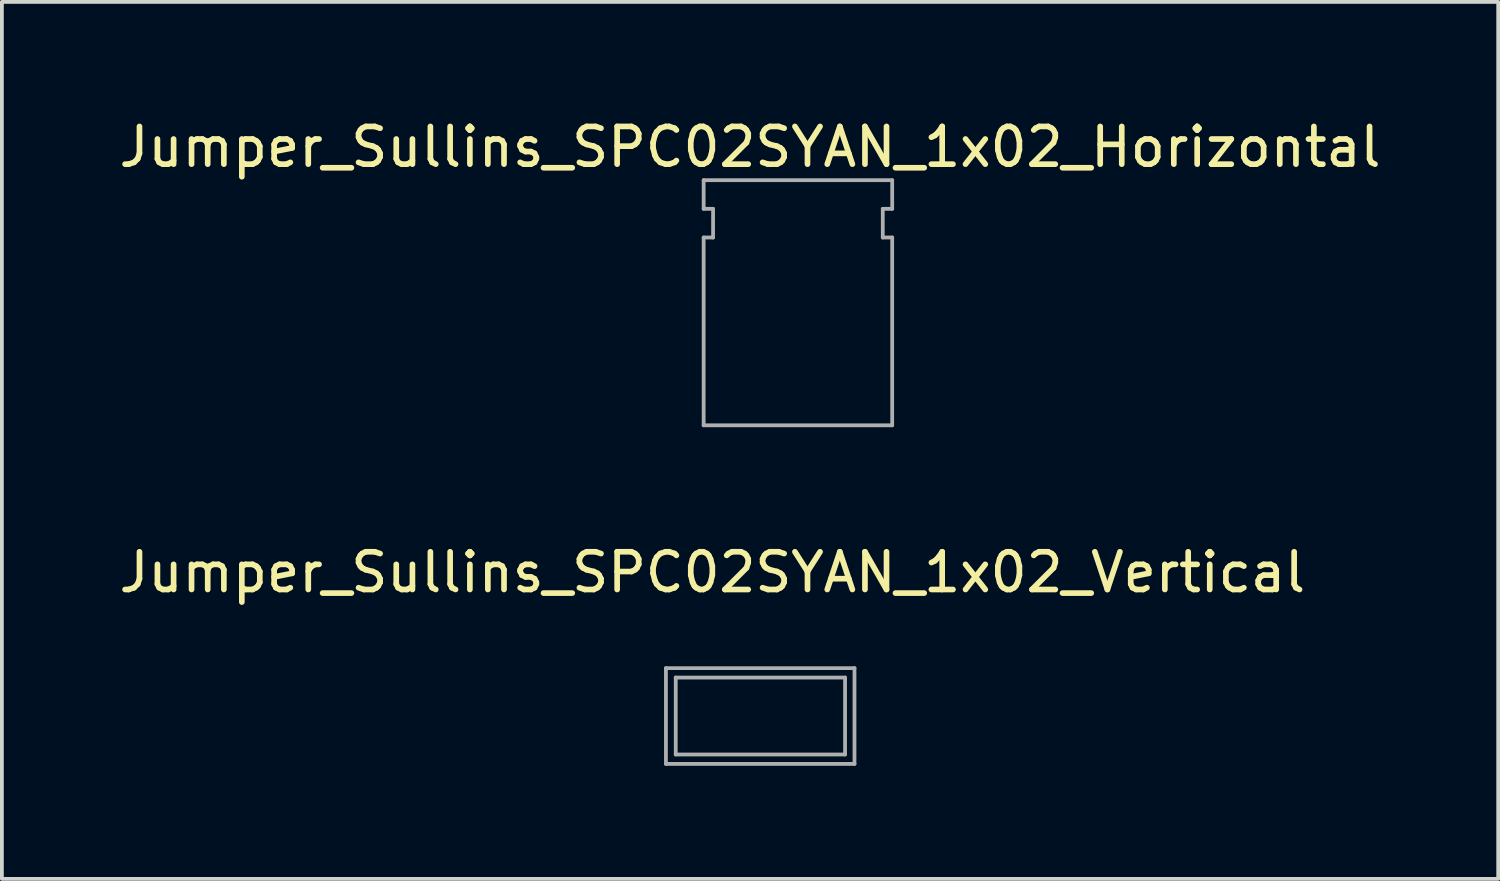
<source format=kicad_pcb>
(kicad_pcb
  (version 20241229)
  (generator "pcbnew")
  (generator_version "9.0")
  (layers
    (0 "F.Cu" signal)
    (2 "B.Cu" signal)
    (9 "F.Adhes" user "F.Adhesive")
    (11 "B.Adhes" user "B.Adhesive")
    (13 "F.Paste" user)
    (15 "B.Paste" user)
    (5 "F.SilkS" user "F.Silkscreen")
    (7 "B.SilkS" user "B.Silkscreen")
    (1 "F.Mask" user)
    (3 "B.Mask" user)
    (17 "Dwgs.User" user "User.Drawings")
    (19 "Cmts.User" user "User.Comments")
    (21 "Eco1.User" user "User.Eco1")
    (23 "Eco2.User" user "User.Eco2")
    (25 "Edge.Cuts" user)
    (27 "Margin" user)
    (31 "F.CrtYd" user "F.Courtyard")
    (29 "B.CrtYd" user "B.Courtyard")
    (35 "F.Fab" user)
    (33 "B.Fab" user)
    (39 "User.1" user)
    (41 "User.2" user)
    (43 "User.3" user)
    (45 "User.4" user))
  (footprint "Jumper_Sullins_SPC02SYAN_1x02_Vertical"
    (layer "F.Cu")
    (at 15.839 15.937)
    (property "Reference" "Jumper_Sullins_SPC02SYAN_1x02_Vertical" (at 0 -3.81 0) (layer "F.SilkS") (effects (font (size 1 1) (thickness 0.15))))
    (attr exclude_from_pos_files exclude_from_bom)
    (fp_line (start -1.23 -1.27) (end 3.77 -1.27) (stroke (width 0.1) (type solid)) (layer "F.Fab"))
    (fp_line (start -1.23 1.27) (end -1.23 -1.27) (stroke (width 0.1) (type solid)) (layer "F.Fab"))
    (fp_line (start -1.23 1.27) (end 3.77 1.27) (stroke (width 0.1) (type solid)) (layer "F.Fab"))
    (fp_line (start -0.97 -1.02) (end -0.97 1.02) (stroke (width 0.1) (type solid)) (layer "F.Fab"))
    (fp_line (start -0.97 1.02) (end 3.52 1.02) (stroke (width 0.1) (type solid)) (layer "F.Fab"))
    (fp_line (start 3.52 -1.02) (end -0.97 -1.02) (stroke (width 0.1) (type solid)) (layer "F.Fab"))
    (fp_line (start 3.52 1.02) (end 3.52 -1.02) (stroke (width 0.1) (type solid)) (layer "F.Fab"))
    (fp_line (start 3.77 1.27) (end 3.77 -1.27) (stroke (width 0.1) (type solid)) (layer "F.Fab")))
  (footprint "Jumper_Sullins_SPC02SYAN_1x02_Horizontal"
    (layer "F.Cu")
    (at 16.839 5.928)
    (property "Reference" "Jumper_Sullins_SPC02SYAN_1x02_Horizontal" (at 0 -5.08 0) (layer "F.SilkS") (effects (font (size 1 1) (thickness 0.15))))
    (attr exclude_from_pos_files exclude_from_bom)
    (fp_line (start -1.23 -4.2) (end 3.77 -4.2) (stroke (width 0.1) (type solid)) (layer "F.Fab"))
    (fp_line (start -1.23 -3.44) (end -1.23 -4.2) (stroke (width 0.1) (type solid)) (layer "F.Fab"))
    (fp_line (start -1.23 -2.68) (end -0.98 -2.68) (stroke (width 0.1) (type solid)) (layer "F.Fab"))
    (fp_line (start -1.23 2.3) (end -1.23 -2.68) (stroke (width 0.1) (type solid)) (layer "F.Fab"))
    (fp_line (start -1.23 2.3) (end 3.77 2.3) (stroke (width 0.1) (type solid)) (layer "F.Fab"))
    (fp_line (start -0.98 -3.44) (end -1.23 -3.44) (stroke (width 0.1) (type solid)) (layer "F.Fab"))
    (fp_line (start -0.98 -2.68) (end -0.98 -3.44) (stroke (width 0.1) (type solid)) (layer "F.Fab"))
    (fp_line (start 3.52 -3.44) (end 3.52 -2.68) (stroke (width 0.1) (type solid)) (layer "F.Fab"))
    (fp_line (start 3.52 -2.68) (end 3.77 -2.68) (stroke (width 0.1) (type solid)) (layer "F.Fab"))
    (fp_line (start 3.77 -4.2) (end 3.77 -3.44) (stroke (width 0.1) (type solid)) (layer "F.Fab"))
    (fp_line (start 3.77 -3.44) (end 3.52 -3.44) (stroke (width 0.1) (type solid)) (layer "F.Fab"))
    (fp_line (start 3.77 2.3) (end 3.77 -2.68) (stroke (width 0.1) (type solid)) (layer "F.Fab")))
  (gr_rect
    (start -3 -3)
    (end 36.679 20.256)
    (stroke (width 0.1) (type default))
    (fill no)
    (layer "Edge.Cuts")))
</source>
